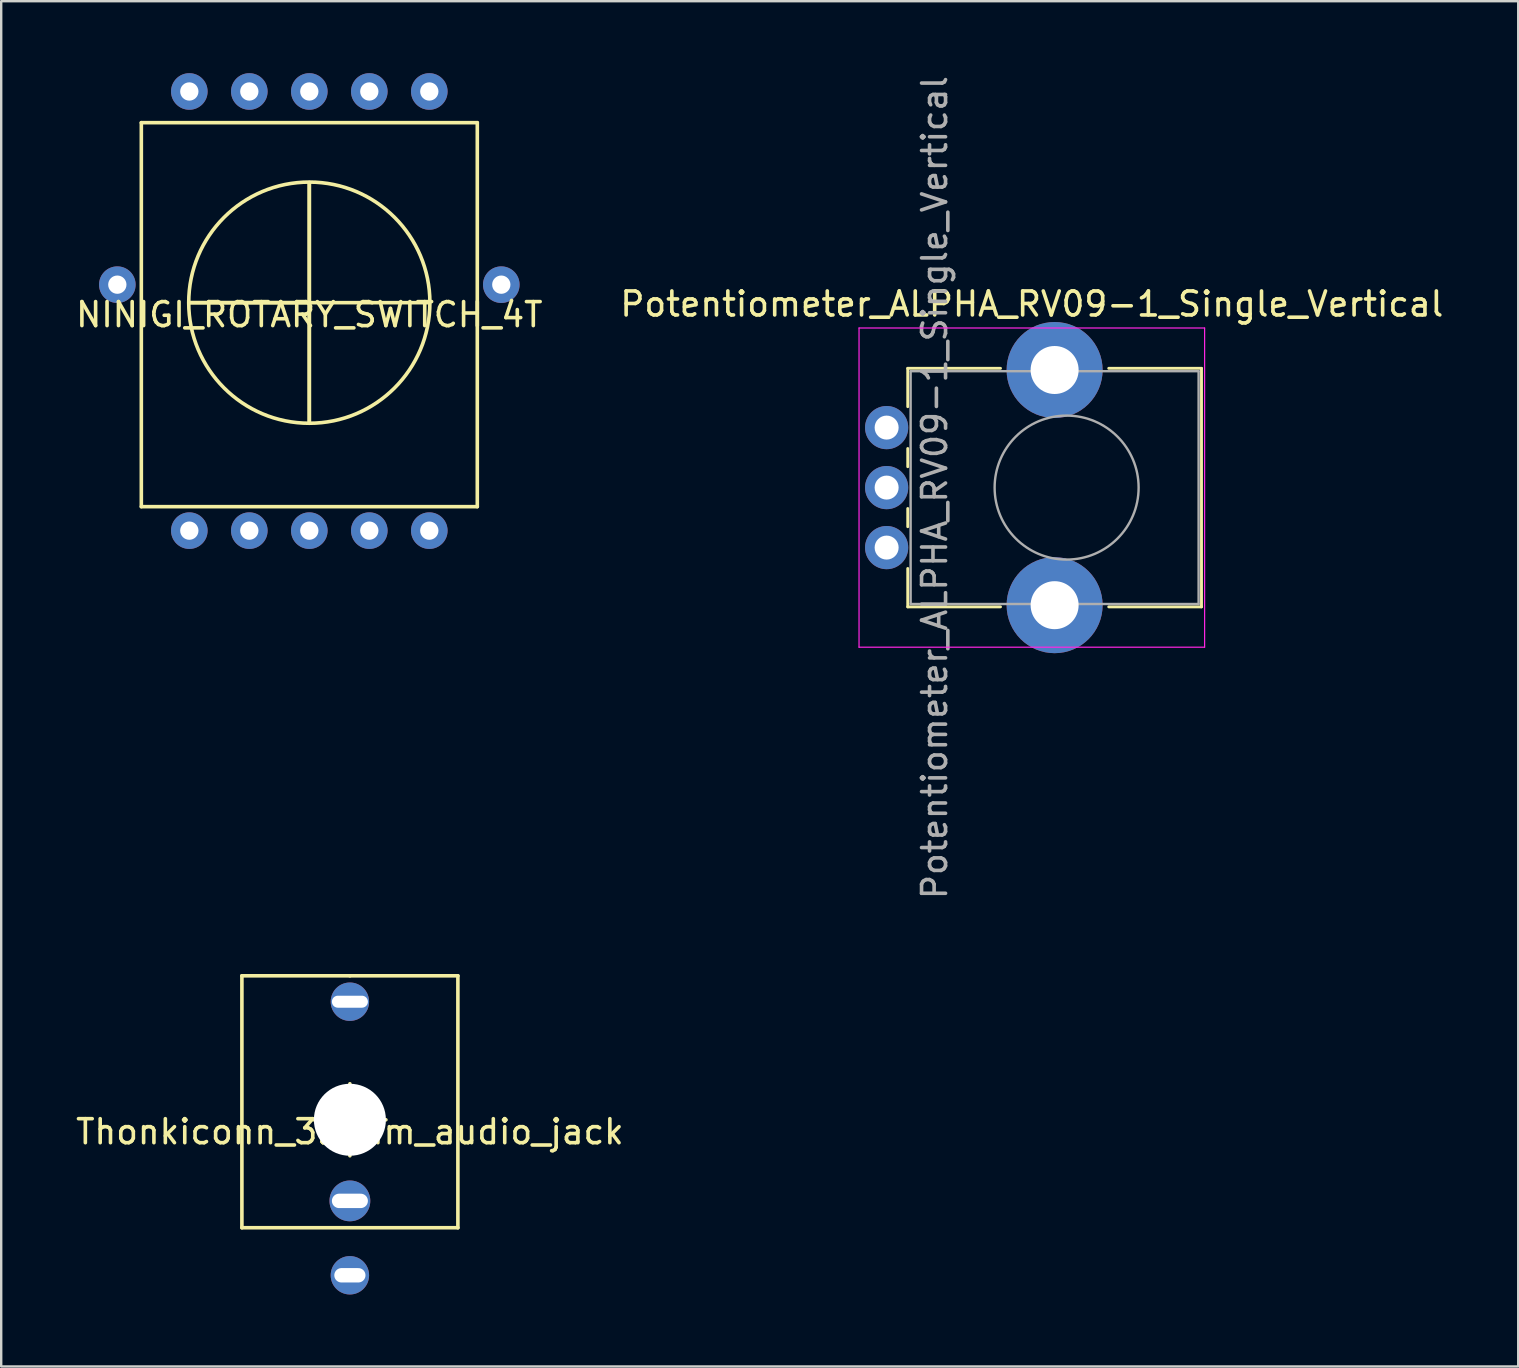
<source format=kicad_pcb>
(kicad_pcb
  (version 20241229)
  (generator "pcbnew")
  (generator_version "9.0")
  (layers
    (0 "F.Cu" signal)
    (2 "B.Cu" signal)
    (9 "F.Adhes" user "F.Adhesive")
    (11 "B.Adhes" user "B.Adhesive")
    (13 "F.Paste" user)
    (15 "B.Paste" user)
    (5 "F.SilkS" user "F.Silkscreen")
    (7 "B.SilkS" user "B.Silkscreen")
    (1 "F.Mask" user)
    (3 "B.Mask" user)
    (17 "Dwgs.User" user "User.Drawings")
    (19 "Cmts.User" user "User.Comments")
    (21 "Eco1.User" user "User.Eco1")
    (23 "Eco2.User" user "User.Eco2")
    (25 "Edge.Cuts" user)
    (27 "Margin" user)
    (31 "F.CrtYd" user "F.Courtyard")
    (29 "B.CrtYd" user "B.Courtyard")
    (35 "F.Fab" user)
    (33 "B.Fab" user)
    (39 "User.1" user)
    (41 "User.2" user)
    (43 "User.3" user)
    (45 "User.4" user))
  (footprint "Potentiometer_ALPHA_RV09-1_Single_Vertical"
    (layer "F.Cu")
    (at 33.896 19.768)
    (property "Reference" "Potentiometer_ALPHA_RV09-1_Single_Vertical" (at 6.05 -10.15 0) (layer "F.SilkS") (effects (font (size 1 1) (thickness 0.15))))
    (attr through_hole)
    (fp_line (start 0.88 -7.47) (end 0.88 -5.871) (stroke (width 0.12) (type solid)) (layer "F.SilkS"))
    (fp_line (start 0.88 -7.47) (end 4.745 -7.47) (stroke (width 0.12) (type solid)) (layer "F.SilkS"))
    (fp_line (start 0.88 -4.129) (end 0.88 -3.37) (stroke (width 0.12) (type solid)) (layer "F.SilkS"))
    (fp_line (start 0.88 -1.629) (end 0.88 -0.87) (stroke (width 0.12) (type solid)) (layer "F.SilkS"))
    (fp_line (start 0.88 0.87) (end 0.88 2.47) (stroke (width 0.12) (type solid)) (layer "F.SilkS"))
    (fp_line (start 0.88 2.47) (end 4.745 2.47) (stroke (width 0.12) (type solid)) (layer "F.SilkS"))
    (fp_line (start 9.255 -7.47) (end 13.12 -7.47) (stroke (width 0.12) (type solid)) (layer "F.SilkS"))
    (fp_line (start 9.255 2.47) (end 13.12 2.47) (stroke (width 0.12) (type solid)) (layer "F.SilkS"))
    (fp_line (start 13.12 -7.47) (end 13.12 2.47) (stroke (width 0.12) (type solid)) (layer "F.SilkS"))
    (fp_line (start -1.15 -9.15) (end -1.15 4.15) (stroke (width 0.05) (type solid)) (layer "F.CrtYd"))
    (fp_line (start -1.15 4.15) (end 13.25 4.15) (stroke (width 0.05) (type solid)) (layer "F.CrtYd"))
    (fp_line (start 13.25 -9.15) (end -1.15 -9.15) (stroke (width 0.05) (type solid)) (layer "F.CrtYd"))
    (fp_line (start 13.25 4.15) (end 13.25 -9.15) (stroke (width 0.05) (type solid)) (layer "F.CrtYd"))
    (fp_line (start 1 -7.35) (end 1 2.35) (stroke (width 0.1) (type solid)) (layer "F.Fab"))
    (fp_line (start 1 2.35) (end 13 2.35) (stroke (width 0.1) (type solid)) (layer "F.Fab"))
    (fp_line (start 13 -7.35) (end 1 -7.35) (stroke (width 0.1) (type solid)) (layer "F.Fab"))
    (fp_line (start 13 2.35) (end 13 -7.35) (stroke (width 0.1) (type solid)) (layer "F.Fab"))
    (fp_circle (center 7.5 -2.5) (end 10.5 -2.5) (stroke (width 0.1) (type solid)) (fill no) (layer "F.Fab"))
    (fp_text user "${REFERENCE}" (at 2 -2.5 90) (layer "F.Fab") (effects (font (size 1 1) (thickness 0.15))))
    (pad "" np_thru_hole circle (at 7 -7.4) (size 4 4) (drill 2) (layers "*.Cu" "*.Mask"))
    (pad "" np_thru_hole circle (at 7 2.4) (size 4 4) (drill 2) (layers "*.Cu" "*.Mask"))
    (pad "1" thru_hole circle (at 0 -5) (size 1.8 1.8) (drill 1) (layers "*.Cu" "*.Mask"))
    (pad "2" thru_hole circle (at 0 -2.5) (size 1.8 1.8) (drill 1) (layers "*.Cu" "*.Mask"))
    (pad "3" thru_hole circle (at 0 0) (size 1.8 1.8) (drill 1) (layers "*.Cu" "*.Mask")))
  (footprint "NINIGI_ROTARY_SWITCH_4T"
    (layer "F.Cu")
    (at 9.839 9.562)
    (property "Reference" "NINIGI_ROTARY_SWITCH_4T" (at 0 0.5 0) (layer "F.SilkS") (effects (font (size 1 1) (thickness 0.15))))
    (attr through_hole)
    (fp_line (start -7 -7.5) (end 7 -7.5) (stroke (width 0.15) (type solid)) (layer "F.SilkS"))
    (fp_line (start -7 8.5) (end -7 -7.5) (stroke (width 0.15) (type solid)) (layer "F.SilkS"))
    (fp_line (start -5 0) (end 5 0) (stroke (width 0.15) (type solid)) (layer "F.SilkS"))
    (fp_line (start 0 -5) (end 0 5) (stroke (width 0.15) (type solid)) (layer "F.SilkS"))
    (fp_line (start 0 0) (end -5 0) (stroke (width 0.15) (type solid)) (layer "F.SilkS"))
    (fp_line (start 0 0) (end 0 -5) (stroke (width 0.15) (type solid)) (layer "F.SilkS"))
    (fp_line (start 0 5) (end 0 0) (stroke (width 0.15) (type solid)) (layer "F.SilkS"))
    (fp_line (start 7 -7.5) (end 7 8.5) (stroke (width 0.15) (type solid)) (layer "F.SilkS"))
    (fp_line (start 7 8.5) (end -7 8.5) (stroke (width 0.15) (type solid)) (layer "F.SilkS"))
    (fp_circle (center 0 0) (end 5 0.5) (stroke (width 0.15) (type solid)) (fill no) (layer "F.SilkS"))
    (pad "" np_thru_hole circle (at -8 -0.75) (size 1.524 1.524) (drill 0.762) (layers "*.Cu" "*.Mask"))
    (pad "" np_thru_hole circle (at -5 -8.8) (size 1.524 1.524) (drill 0.762) (layers "*.Cu" "*.Mask"))
    (pad "" np_thru_hole circle (at -2.5 -8.8) (size 1.524 1.524) (drill 0.762) (layers "*.Cu" "*.Mask"))
    (pad "" np_thru_hole circle (at 0 -8.8) (size 1.524 1.524) (drill 0.762) (layers "*.Cu" "*.Mask"))
    (pad "" np_thru_hole circle (at 2.5 -8.8) (size 1.524 1.524) (drill 0.762) (layers "*.Cu" "*.Mask"))
    (pad "" np_thru_hole circle (at 8 -0.75) (size 1.524 1.524) (drill 0.762) (layers "*.Cu" "*.Mask"))
    (pad "1" thru_hole circle (at 5 -8.8) (size 1.524 1.524) (drill 0.762) (layers "*.Cu" "*.Mask"))
    (pad "1" thru_hole circle (at 5 9.5) (size 1.524 1.524) (drill 0.762) (layers "*.Cu" "*.Mask"))
    (pad "2" thru_hole circle (at 2.5 9.5) (size 1.524 1.524) (drill 0.762) (layers "*.Cu" "*.Mask"))
    (pad "3" thru_hole circle (at 0 9.5) (size 1.524 1.524) (drill 0.762) (layers "*.Cu" "*.Mask"))
    (pad "4" thru_hole circle (at -2.5 9.5) (size 1.524 1.524) (drill 0.762) (layers "*.Cu" "*.Mask"))
    (pad "5" thru_hole circle (at -5 9.5) (size 1.524 1.524) (drill 0.762) (layers "*.Cu" "*.Mask")))
  (footprint "Thonkiconn_3.5mm_audio_jack"
    (layer "F.Cu")
    (at 11.53 43.611)
    (property "Reference" "Thonkiconn_3.5mm_audio_jack" (at 0 0.5 0) (layer "F.SilkS") (effects (font (size 1 1) (thickness 0.15))))
    (attr through_hole)
    (fp_line (start -4.5 -6) (end 0 -6) (stroke (width 0.15) (type solid)) (layer "F.SilkS"))
    (fp_line (start -4.5 4.5) (end -4.5 -6) (stroke (width 0.15) (type solid)) (layer "F.SilkS"))
    (fp_line (start -1.5 0) (end 1.5 0) (stroke (width 0.15) (type solid)) (layer "F.SilkS"))
    (fp_line (start 0 -6) (end 4.5 -6) (stroke (width 0.15) (type solid)) (layer "F.SilkS"))
    (fp_line (start 0 -1.5) (end 0 1.5) (stroke (width 0.15) (type solid)) (layer "F.SilkS"))
    (fp_line (start 4.5 -6) (end 4.5 4.5) (stroke (width 0.15) (type solid)) (layer "F.SilkS"))
    (fp_line (start 4.5 4.5) (end -4.5 4.5) (stroke (width 0.15) (type solid)) (layer "F.SilkS"))
    (pad "" np_thru_hole circle (at 0 0) (size 3 3) (drill 3) (layers "*.Cu" "*.Mask"))
    (pad "1" thru_hole circle (at 0 6.48) (size 1.6 1.6) (drill oval 1.3 0.6) (layers "*.Cu" "*.Mask"))
    (pad "2" thru_hole circle (at 0 3.38) (size 1.7 1.7) (drill oval 1.5 0.6) (layers "*.Cu" "*.Mask"))
    (pad "3" thru_hole circle (at 0 -4.92) (size 1.6 1.6) (drill oval 1.5 0.5) (layers "*.Cu" "*.Mask")))
  (gr_rect
    (start -3 -3)
    (end 60.214 53.891)
    (stroke (width 0.1) (type default))
    (fill no)
    (layer "Edge.Cuts")))
</source>
